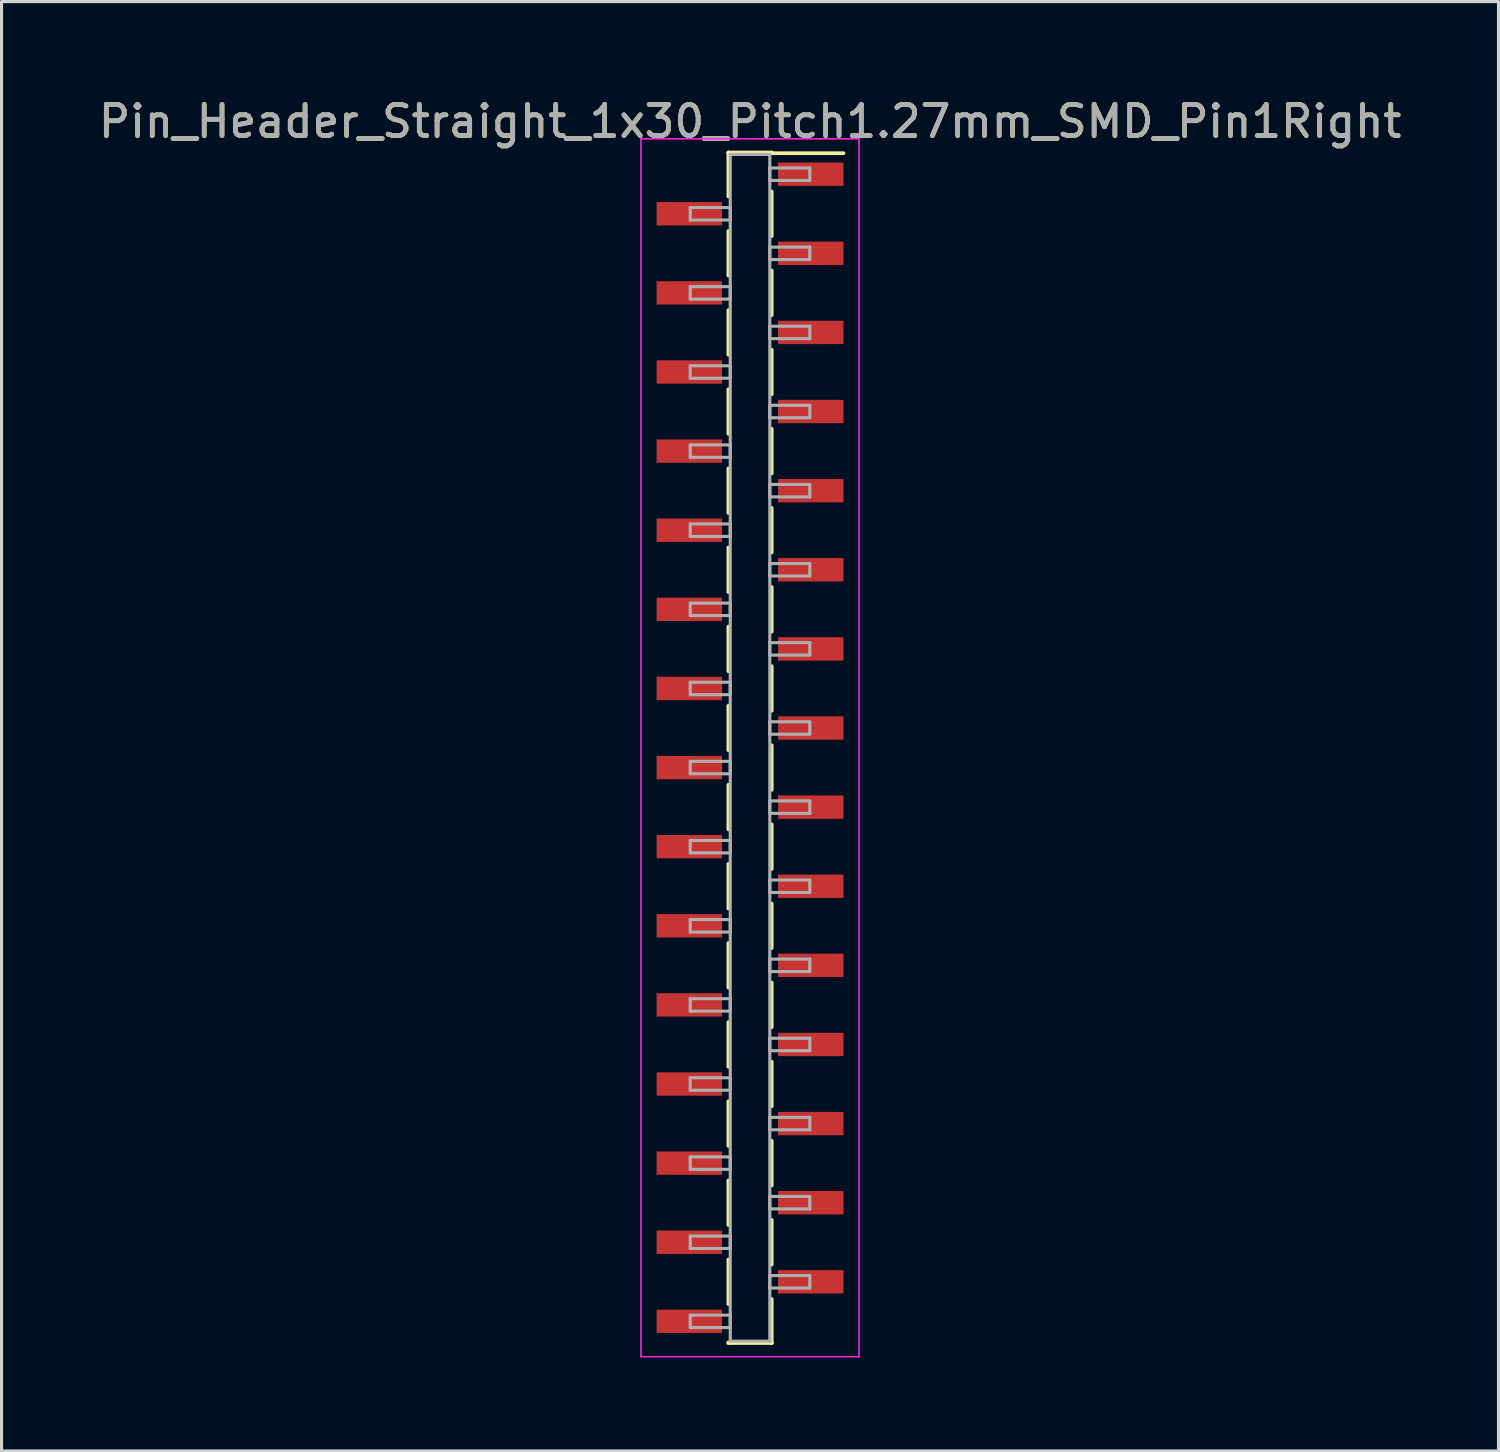
<source format=kicad_pcb>
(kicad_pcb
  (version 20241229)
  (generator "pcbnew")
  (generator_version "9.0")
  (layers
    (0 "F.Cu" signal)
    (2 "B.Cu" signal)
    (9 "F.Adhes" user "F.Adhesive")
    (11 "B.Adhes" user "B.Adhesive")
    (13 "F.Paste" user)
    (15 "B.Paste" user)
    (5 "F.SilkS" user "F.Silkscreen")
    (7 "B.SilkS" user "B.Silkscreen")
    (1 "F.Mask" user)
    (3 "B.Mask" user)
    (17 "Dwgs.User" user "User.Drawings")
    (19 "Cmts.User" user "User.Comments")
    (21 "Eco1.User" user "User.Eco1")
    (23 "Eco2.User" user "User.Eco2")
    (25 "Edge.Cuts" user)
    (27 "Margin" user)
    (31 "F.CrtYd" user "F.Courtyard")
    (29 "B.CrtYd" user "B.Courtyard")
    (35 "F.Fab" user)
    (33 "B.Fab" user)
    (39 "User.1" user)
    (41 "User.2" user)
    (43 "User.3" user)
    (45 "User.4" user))
  (footprint "Pin_Header_Straight_1x30_Pitch1.27mm_SMD_Pin1Right"
    (layer "F.Cu")
    (at 21.03 20.958)
    (property "Reference" "Pin_Header_Straight_1x30_Pitch1.27mm_SMD_Pin1Right" (at 0 -20.11 0) (layer "F.SilkS") (effects (font (size 1 1) (thickness 0.15))))
    (attr smd)
    (fp_line (start -0.695 -19.11) (end -0.695 -17.7) (stroke (width 0.12) (type solid)) (layer "F.SilkS"))
    (fp_line (start -0.695 -19.11) (end 0.695 -19.11) (stroke (width 0.12) (type solid)) (layer "F.SilkS"))
    (fp_line (start -0.695 -19.09) (end -0.695 -19.11) (stroke (width 0.12) (type solid)) (layer "F.SilkS"))
    (fp_line (start -0.695 -16.59) (end -0.695 -15.16) (stroke (width 0.12) (type solid)) (layer "F.SilkS"))
    (fp_line (start -0.695 -14.05) (end -0.695 -12.62) (stroke (width 0.12) (type solid)) (layer "F.SilkS"))
    (fp_line (start -0.695 -11.51) (end -0.695 -10.08) (stroke (width 0.12) (type solid)) (layer "F.SilkS"))
    (fp_line (start -0.695 -8.97) (end -0.695 -7.54) (stroke (width 0.12) (type solid)) (layer "F.SilkS"))
    (fp_line (start -0.695 -6.43) (end -0.695 -5) (stroke (width 0.12) (type solid)) (layer "F.SilkS"))
    (fp_line (start -0.695 -3.89) (end -0.695 -2.46) (stroke (width 0.12) (type solid)) (layer "F.SilkS"))
    (fp_line (start -0.695 -1.35) (end -0.695 0.08) (stroke (width 0.12) (type solid)) (layer "F.SilkS"))
    (fp_line (start -0.695 1.19) (end -0.695 2.62) (stroke (width 0.12) (type solid)) (layer "F.SilkS"))
    (fp_line (start -0.695 3.73) (end -0.695 5.16) (stroke (width 0.12) (type solid)) (layer "F.SilkS"))
    (fp_line (start -0.695 6.27) (end -0.695 7.7) (stroke (width 0.12) (type solid)) (layer "F.SilkS"))
    (fp_line (start -0.695 8.81) (end -0.695 10.24) (stroke (width 0.12) (type solid)) (layer "F.SilkS"))
    (fp_line (start -0.695 11.35) (end -0.695 12.78) (stroke (width 0.12) (type solid)) (layer "F.SilkS"))
    (fp_line (start -0.695 13.89) (end -0.695 15.32) (stroke (width 0.12) (type solid)) (layer "F.SilkS"))
    (fp_line (start -0.695 16.43) (end -0.695 17.86) (stroke (width 0.12) (type solid)) (layer "F.SilkS"))
    (fp_line (start -0.695 19.09) (end -0.695 19.11) (stroke (width 0.12) (type solid)) (layer "F.SilkS"))
    (fp_line (start -0.695 19.11) (end 0.695 19.11) (stroke (width 0.12) (type solid)) (layer "F.SilkS"))
    (fp_line (start 0.695 -19.11) (end 0.695 -19.09) (stroke (width 0.12) (type solid)) (layer "F.SilkS"))
    (fp_line (start 0.695 -19.09) (end 3 -19.09) (stroke (width 0.12) (type solid)) (layer "F.SilkS"))
    (fp_line (start 0.695 -17.86) (end 0.695 -16.43) (stroke (width 0.12) (type solid)) (layer "F.SilkS"))
    (fp_line (start 0.695 -15.32) (end 0.695 -13.89) (stroke (width 0.12) (type solid)) (layer "F.SilkS"))
    (fp_line (start 0.695 -12.78) (end 0.695 -11.35) (stroke (width 0.12) (type solid)) (layer "F.SilkS"))
    (fp_line (start 0.695 -10.24) (end 0.695 -8.81) (stroke (width 0.12) (type solid)) (layer "F.SilkS"))
    (fp_line (start 0.695 -7.7) (end 0.695 -6.27) (stroke (width 0.12) (type solid)) (layer "F.SilkS"))
    (fp_line (start 0.695 -5.16) (end 0.695 -3.73) (stroke (width 0.12) (type solid)) (layer "F.SilkS"))
    (fp_line (start 0.695 -2.62) (end 0.695 -1.19) (stroke (width 0.12) (type solid)) (layer "F.SilkS"))
    (fp_line (start 0.695 -0.08) (end 0.695 1.35) (stroke (width 0.12) (type solid)) (layer "F.SilkS"))
    (fp_line (start 0.695 2.46) (end 0.695 3.89) (stroke (width 0.12) (type solid)) (layer "F.SilkS"))
    (fp_line (start 0.695 5) (end 0.695 6.43) (stroke (width 0.12) (type solid)) (layer "F.SilkS"))
    (fp_line (start 0.695 7.54) (end 0.695 8.97) (stroke (width 0.12) (type solid)) (layer "F.SilkS"))
    (fp_line (start 0.695 10.08) (end 0.695 11.51) (stroke (width 0.12) (type solid)) (layer "F.SilkS"))
    (fp_line (start 0.695 12.62) (end 0.695 14.05) (stroke (width 0.12) (type solid)) (layer "F.SilkS"))
    (fp_line (start 0.695 15.16) (end 0.695 16.59) (stroke (width 0.12) (type solid)) (layer "F.SilkS"))
    (fp_line (start 0.695 17.7) (end 0.695 19.11) (stroke (width 0.12) (type solid)) (layer "F.SilkS"))
    (fp_line (start 0.695 19.11) (end 0.695 19.09) (stroke (width 0.12) (type solid)) (layer "F.SilkS"))
    (fp_line (start -3.5 -19.55) (end -3.5 19.55) (stroke (width 0.05) (type solid)) (layer "F.CrtYd"))
    (fp_line (start -3.5 19.55) (end 3.5 19.55) (stroke (width 0.05) (type solid)) (layer "F.CrtYd"))
    (fp_line (start 3.5 -19.55) (end -3.5 -19.55) (stroke (width 0.05) (type solid)) (layer "F.CrtYd"))
    (fp_line (start 3.5 19.55) (end 3.5 -19.55) (stroke (width 0.05) (type solid)) (layer "F.CrtYd"))
    (fp_line (start -1.92 -17.345) (end -0.635 -17.345) (stroke (width 0.1) (type solid)) (layer "F.Fab"))
    (fp_line (start -1.92 -16.945) (end -1.92 -17.345) (stroke (width 0.1) (type solid)) (layer "F.Fab"))
    (fp_line (start -1.92 -14.805) (end -0.635 -14.805) (stroke (width 0.1) (type solid)) (layer "F.Fab"))
    (fp_line (start -1.92 -14.405) (end -1.92 -14.805) (stroke (width 0.1) (type solid)) (layer "F.Fab"))
    (fp_line (start -1.92 -12.265) (end -0.635 -12.265) (stroke (width 0.1) (type solid)) (layer "F.Fab"))
    (fp_line (start -1.92 -11.865) (end -1.92 -12.265) (stroke (width 0.1) (type solid)) (layer "F.Fab"))
    (fp_line (start -1.92 -9.725) (end -0.635 -9.725) (stroke (width 0.1) (type solid)) (layer "F.Fab"))
    (fp_line (start -1.92 -9.325) (end -1.92 -9.725) (stroke (width 0.1) (type solid)) (layer "F.Fab"))
    (fp_line (start -1.92 -7.185) (end -0.635 -7.185) (stroke (width 0.1) (type solid)) (layer "F.Fab"))
    (fp_line (start -1.92 -6.785) (end -1.92 -7.185) (stroke (width 0.1) (type solid)) (layer "F.Fab"))
    (fp_line (start -1.92 -4.645) (end -0.635 -4.645) (stroke (width 0.1) (type solid)) (layer "F.Fab"))
    (fp_line (start -1.92 -4.245) (end -1.92 -4.645) (stroke (width 0.1) (type solid)) (layer "F.Fab"))
    (fp_line (start -1.92 -2.105) (end -0.635 -2.105) (stroke (width 0.1) (type solid)) (layer "F.Fab"))
    (fp_line (start -1.92 -1.705) (end -1.92 -2.105) (stroke (width 0.1) (type solid)) (layer "F.Fab"))
    (fp_line (start -1.92 0.435) (end -0.635 0.435) (stroke (width 0.1) (type solid)) (layer "F.Fab"))
    (fp_line (start -1.92 0.835) (end -1.92 0.435) (stroke (width 0.1) (type solid)) (layer "F.Fab"))
    (fp_line (start -1.92 2.975) (end -0.635 2.975) (stroke (width 0.1) (type solid)) (layer "F.Fab"))
    (fp_line (start -1.92 3.375) (end -1.92 2.975) (stroke (width 0.1) (type solid)) (layer "F.Fab"))
    (fp_line (start -1.92 5.515) (end -0.635 5.515) (stroke (width 0.1) (type solid)) (layer "F.Fab"))
    (fp_line (start -1.92 5.915) (end -1.92 5.515) (stroke (width 0.1) (type solid)) (layer "F.Fab"))
    (fp_line (start -1.92 8.055) (end -0.635 8.055) (stroke (width 0.1) (type solid)) (layer "F.Fab"))
    (fp_line (start -1.92 8.455) (end -1.92 8.055) (stroke (width 0.1) (type solid)) (layer "F.Fab"))
    (fp_line (start -1.92 10.595) (end -0.635 10.595) (stroke (width 0.1) (type solid)) (layer "F.Fab"))
    (fp_line (start -1.92 10.995) (end -1.92 10.595) (stroke (width 0.1) (type solid)) (layer "F.Fab"))
    (fp_line (start -1.92 13.135) (end -0.635 13.135) (stroke (width 0.1) (type solid)) (layer "F.Fab"))
    (fp_line (start -1.92 13.535) (end -1.92 13.135) (stroke (width 0.1) (type solid)) (layer "F.Fab"))
    (fp_line (start -1.92 15.675) (end -0.635 15.675) (stroke (width 0.1) (type solid)) (layer "F.Fab"))
    (fp_line (start -1.92 16.075) (end -1.92 15.675) (stroke (width 0.1) (type solid)) (layer "F.Fab"))
    (fp_line (start -1.92 18.215) (end -0.635 18.215) (stroke (width 0.1) (type solid)) (layer "F.Fab"))
    (fp_line (start -1.92 18.615) (end -1.92 18.215) (stroke (width 0.1) (type solid)) (layer "F.Fab"))
    (fp_line (start -0.635 -19.05) (end -0.635 19.05) (stroke (width 0.1) (type solid)) (layer "F.Fab"))
    (fp_line (start -0.635 -17.345) (end -0.635 -16.945) (stroke (width 0.1) (type solid)) (layer "F.Fab"))
    (fp_line (start -0.635 -16.945) (end -1.92 -16.945) (stroke (width 0.1) (type solid)) (layer "F.Fab"))
    (fp_line (start -0.635 -14.805) (end -0.635 -14.405) (stroke (width 0.1) (type solid)) (layer "F.Fab"))
    (fp_line (start -0.635 -14.405) (end -1.92 -14.405) (stroke (width 0.1) (type solid)) (layer "F.Fab"))
    (fp_line (start -0.635 -12.265) (end -0.635 -11.865) (stroke (width 0.1) (type solid)) (layer "F.Fab"))
    (fp_line (start -0.635 -11.865) (end -1.92 -11.865) (stroke (width 0.1) (type solid)) (layer "F.Fab"))
    (fp_line (start -0.635 -9.725) (end -0.635 -9.325) (stroke (width 0.1) (type solid)) (layer "F.Fab"))
    (fp_line (start -0.635 -9.325) (end -1.92 -9.325) (stroke (width 0.1) (type solid)) (layer "F.Fab"))
    (fp_line (start -0.635 -7.185) (end -0.635 -6.785) (stroke (width 0.1) (type solid)) (layer "F.Fab"))
    (fp_line (start -0.635 -6.785) (end -1.92 -6.785) (stroke (width 0.1) (type solid)) (layer "F.Fab"))
    (fp_line (start -0.635 -4.645) (end -0.635 -4.245) (stroke (width 0.1) (type solid)) (layer "F.Fab"))
    (fp_line (start -0.635 -4.245) (end -1.92 -4.245) (stroke (width 0.1) (type solid)) (layer "F.Fab"))
    (fp_line (start -0.635 -2.105) (end -0.635 -1.705) (stroke (width 0.1) (type solid)) (layer "F.Fab"))
    (fp_line (start -0.635 -1.705) (end -1.92 -1.705) (stroke (width 0.1) (type solid)) (layer "F.Fab"))
    (fp_line (start -0.635 0.435) (end -0.635 0.835) (stroke (width 0.1) (type solid)) (layer "F.Fab"))
    (fp_line (start -0.635 0.835) (end -1.92 0.835) (stroke (width 0.1) (type solid)) (layer "F.Fab"))
    (fp_line (start -0.635 2.975) (end -0.635 3.375) (stroke (width 0.1) (type solid)) (layer "F.Fab"))
    (fp_line (start -0.635 3.375) (end -1.92 3.375) (stroke (width 0.1) (type solid)) (layer "F.Fab"))
    (fp_line (start -0.635 5.515) (end -0.635 5.915) (stroke (width 0.1) (type solid)) (layer "F.Fab"))
    (fp_line (start -0.635 5.915) (end -1.92 5.915) (stroke (width 0.1) (type solid)) (layer "F.Fab"))
    (fp_line (start -0.635 8.055) (end -0.635 8.455) (stroke (width 0.1) (type solid)) (layer "F.Fab"))
    (fp_line (start -0.635 8.455) (end -1.92 8.455) (stroke (width 0.1) (type solid)) (layer "F.Fab"))
    (fp_line (start -0.635 10.595) (end -0.635 10.995) (stroke (width 0.1) (type solid)) (layer "F.Fab"))
    (fp_line (start -0.635 10.995) (end -1.92 10.995) (stroke (width 0.1) (type solid)) (layer "F.Fab"))
    (fp_line (start -0.635 13.135) (end -0.635 13.535) (stroke (width 0.1) (type solid)) (layer "F.Fab"))
    (fp_line (start -0.635 13.535) (end -1.92 13.535) (stroke (width 0.1) (type solid)) (layer "F.Fab"))
    (fp_line (start -0.635 15.675) (end -0.635 16.075) (stroke (width 0.1) (type solid)) (layer "F.Fab"))
    (fp_line (start -0.635 16.075) (end -1.92 16.075) (stroke (width 0.1) (type solid)) (layer "F.Fab"))
    (fp_line (start -0.635 18.215) (end -0.635 18.615) (stroke (width 0.1) (type solid)) (layer "F.Fab"))
    (fp_line (start -0.635 18.615) (end -1.92 18.615) (stroke (width 0.1) (type solid)) (layer "F.Fab"))
    (fp_line (start -0.635 19.05) (end 0.635 19.05) (stroke (width 0.1) (type solid)) (layer "F.Fab"))
    (fp_line (start 0.635 -19.05) (end -0.635 -19.05) (stroke (width 0.1) (type solid)) (layer "F.Fab"))
    (fp_line (start 0.635 -18.615) (end 0.635 -18.215) (stroke (width 0.1) (type solid)) (layer "F.Fab"))
    (fp_line (start 0.635 -18.215) (end 1.92 -18.215) (stroke (width 0.1) (type solid)) (layer "F.Fab"))
    (fp_line (start 0.635 -16.075) (end 0.635 -15.675) (stroke (width 0.1) (type solid)) (layer "F.Fab"))
    (fp_line (start 0.635 -15.675) (end 1.92 -15.675) (stroke (width 0.1) (type solid)) (layer "F.Fab"))
    (fp_line (start 0.635 -13.535) (end 0.635 -13.135) (stroke (width 0.1) (type solid)) (layer "F.Fab"))
    (fp_line (start 0.635 -13.135) (end 1.92 -13.135) (stroke (width 0.1) (type solid)) (layer "F.Fab"))
    (fp_line (start 0.635 -10.995) (end 0.635 -10.595) (stroke (width 0.1) (type solid)) (layer "F.Fab"))
    (fp_line (start 0.635 -10.595) (end 1.92 -10.595) (stroke (width 0.1) (type solid)) (layer "F.Fab"))
    (fp_line (start 0.635 -8.455) (end 0.635 -8.055) (stroke (width 0.1) (type solid)) (layer "F.Fab"))
    (fp_line (start 0.635 -8.055) (end 1.92 -8.055) (stroke (width 0.1) (type solid)) (layer "F.Fab"))
    (fp_line (start 0.635 -5.915) (end 0.635 -5.515) (stroke (width 0.1) (type solid)) (layer "F.Fab"))
    (fp_line (start 0.635 -5.515) (end 1.92 -5.515) (stroke (width 0.1) (type solid)) (layer "F.Fab"))
    (fp_line (start 0.635 -3.375) (end 0.635 -2.975) (stroke (width 0.1) (type solid)) (layer "F.Fab"))
    (fp_line (start 0.635 -2.975) (end 1.92 -2.975) (stroke (width 0.1) (type solid)) (layer "F.Fab"))
    (fp_line (start 0.635 -0.835) (end 0.635 -0.435) (stroke (width 0.1) (type solid)) (layer "F.Fab"))
    (fp_line (start 0.635 -0.435) (end 1.92 -0.435) (stroke (width 0.1) (type solid)) (layer "F.Fab"))
    (fp_line (start 0.635 1.705) (end 0.635 2.105) (stroke (width 0.1) (type solid)) (layer "F.Fab"))
    (fp_line (start 0.635 2.105) (end 1.92 2.105) (stroke (width 0.1) (type solid)) (layer "F.Fab"))
    (fp_line (start 0.635 4.245) (end 0.635 4.645) (stroke (width 0.1) (type solid)) (layer "F.Fab"))
    (fp_line (start 0.635 4.645) (end 1.92 4.645) (stroke (width 0.1) (type solid)) (layer "F.Fab"))
    (fp_line (start 0.635 6.785) (end 0.635 7.185) (stroke (width 0.1) (type solid)) (layer "F.Fab"))
    (fp_line (start 0.635 7.185) (end 1.92 7.185) (stroke (width 0.1) (type solid)) (layer "F.Fab"))
    (fp_line (start 0.635 9.325) (end 0.635 9.725) (stroke (width 0.1) (type solid)) (layer "F.Fab"))
    (fp_line (start 0.635 9.725) (end 1.92 9.725) (stroke (width 0.1) (type solid)) (layer "F.Fab"))
    (fp_line (start 0.635 11.865) (end 0.635 12.265) (stroke (width 0.1) (type solid)) (layer "F.Fab"))
    (fp_line (start 0.635 12.265) (end 1.92 12.265) (stroke (width 0.1) (type solid)) (layer "F.Fab"))
    (fp_line (start 0.635 14.405) (end 0.635 14.805) (stroke (width 0.1) (type solid)) (layer "F.Fab"))
    (fp_line (start 0.635 14.805) (end 1.92 14.805) (stroke (width 0.1) (type solid)) (layer "F.Fab"))
    (fp_line (start 0.635 16.945) (end 0.635 17.345) (stroke (width 0.1) (type solid)) (layer "F.Fab"))
    (fp_line (start 0.635 17.345) (end 1.92 17.345) (stroke (width 0.1) (type solid)) (layer "F.Fab"))
    (fp_line (start 0.635 19.05) (end 0.635 -19.05) (stroke (width 0.1) (type solid)) (layer "F.Fab"))
    (fp_line (start 1.92 -18.615) (end 0.635 -18.615) (stroke (width 0.1) (type solid)) (layer "F.Fab"))
    (fp_line (start 1.92 -18.215) (end 1.92 -18.615) (stroke (width 0.1) (type solid)) (layer "F.Fab"))
    (fp_line (start 1.92 -16.075) (end 0.635 -16.075) (stroke (width 0.1) (type solid)) (layer "F.Fab"))
    (fp_line (start 1.92 -15.675) (end 1.92 -16.075) (stroke (width 0.1) (type solid)) (layer "F.Fab"))
    (fp_line (start 1.92 -13.535) (end 0.635 -13.535) (stroke (width 0.1) (type solid)) (layer "F.Fab"))
    (fp_line (start 1.92 -13.135) (end 1.92 -13.535) (stroke (width 0.1) (type solid)) (layer "F.Fab"))
    (fp_line (start 1.92 -10.995) (end 0.635 -10.995) (stroke (width 0.1) (type solid)) (layer "F.Fab"))
    (fp_line (start 1.92 -10.595) (end 1.92 -10.995) (stroke (width 0.1) (type solid)) (layer "F.Fab"))
    (fp_line (start 1.92 -8.455) (end 0.635 -8.455) (stroke (width 0.1) (type solid)) (layer "F.Fab"))
    (fp_line (start 1.92 -8.055) (end 1.92 -8.455) (stroke (width 0.1) (type solid)) (layer "F.Fab"))
    (fp_line (start 1.92 -5.915) (end 0.635 -5.915) (stroke (width 0.1) (type solid)) (layer "F.Fab"))
    (fp_line (start 1.92 -5.515) (end 1.92 -5.915) (stroke (width 0.1) (type solid)) (layer "F.Fab"))
    (fp_line (start 1.92 -3.375) (end 0.635 -3.375) (stroke (width 0.1) (type solid)) (layer "F.Fab"))
    (fp_line (start 1.92 -2.975) (end 1.92 -3.375) (stroke (width 0.1) (type solid)) (layer "F.Fab"))
    (fp_line (start 1.92 -0.835) (end 0.635 -0.835) (stroke (width 0.1) (type solid)) (layer "F.Fab"))
    (fp_line (start 1.92 -0.435) (end 1.92 -0.835) (stroke (width 0.1) (type solid)) (layer "F.Fab"))
    (fp_line (start 1.92 1.705) (end 0.635 1.705) (stroke (width 0.1) (type solid)) (layer "F.Fab"))
    (fp_line (start 1.92 2.105) (end 1.92 1.705) (stroke (width 0.1) (type solid)) (layer "F.Fab"))
    (fp_line (start 1.92 4.245) (end 0.635 4.245) (stroke (width 0.1) (type solid)) (layer "F.Fab"))
    (fp_line (start 1.92 4.645) (end 1.92 4.245) (stroke (width 0.1) (type solid)) (layer "F.Fab"))
    (fp_line (start 1.92 6.785) (end 0.635 6.785) (stroke (width 0.1) (type solid)) (layer "F.Fab"))
    (fp_line (start 1.92 7.185) (end 1.92 6.785) (stroke (width 0.1) (type solid)) (layer "F.Fab"))
    (fp_line (start 1.92 9.325) (end 0.635 9.325) (stroke (width 0.1) (type solid)) (layer "F.Fab"))
    (fp_line (start 1.92 9.725) (end 1.92 9.325) (stroke (width 0.1) (type solid)) (layer "F.Fab"))
    (fp_line (start 1.92 11.865) (end 0.635 11.865) (stroke (width 0.1) (type solid)) (layer "F.Fab"))
    (fp_line (start 1.92 12.265) (end 1.92 11.865) (stroke (width 0.1) (type solid)) (layer "F.Fab"))
    (fp_line (start 1.92 14.405) (end 0.635 14.405) (stroke (width 0.1) (type solid)) (layer "F.Fab"))
    (fp_line (start 1.92 14.805) (end 1.92 14.405) (stroke (width 0.1) (type solid)) (layer "F.Fab"))
    (fp_line (start 1.92 16.945) (end 0.635 16.945) (stroke (width 0.1) (type solid)) (layer "F.Fab"))
    (fp_line (start 1.92 17.345) (end 1.92 16.945) (stroke (width 0.1) (type solid)) (layer "F.Fab"))
    (fp_text user "${REFERENCE}" (at 0 -20.11 0) (layer "F.Fab") (effects (font (size 1 1) (thickness 0.15))))
    (pad "1" smd rect (at 1.95 -18.415) (size 2.1 0.75) (layers "F.Cu" "F.Mask" "F.Paste"))
    (pad "2" smd rect (at -1.95 -17.145) (size 2.1 0.75) (layers "F.Cu" "F.Mask" "F.Paste"))
    (pad "3" smd rect (at 1.95 -15.875) (size 2.1 0.75) (layers "F.Cu" "F.Mask" "F.Paste"))
    (pad "4" smd rect (at -1.95 -14.605) (size 2.1 0.75) (layers "F.Cu" "F.Mask" "F.Paste"))
    (pad "5" smd rect (at 1.95 -13.335) (size 2.1 0.75) (layers "F.Cu" "F.Mask" "F.Paste"))
    (pad "6" smd rect (at -1.95 -12.065) (size 2.1 0.75) (layers "F.Cu" "F.Mask" "F.Paste"))
    (pad "7" smd rect (at 1.95 -10.795) (size 2.1 0.75) (layers "F.Cu" "F.Mask" "F.Paste"))
    (pad "8" smd rect (at -1.95 -9.525) (size 2.1 0.75) (layers "F.Cu" "F.Mask" "F.Paste"))
    (pad "9" smd rect (at 1.95 -8.255) (size 2.1 0.75) (layers "F.Cu" "F.Mask" "F.Paste"))
    (pad "10" smd rect (at -1.95 -6.985) (size 2.1 0.75) (layers "F.Cu" "F.Mask" "F.Paste"))
    (pad "11" smd rect (at 1.95 -5.715) (size 2.1 0.75) (layers "F.Cu" "F.Mask" "F.Paste"))
    (pad "12" smd rect (at -1.95 -4.445) (size 2.1 0.75) (layers "F.Cu" "F.Mask" "F.Paste"))
    (pad "13" smd rect (at 1.95 -3.175) (size 2.1 0.75) (layers "F.Cu" "F.Mask" "F.Paste"))
    (pad "14" smd rect (at -1.95 -1.905) (size 2.1 0.75) (layers "F.Cu" "F.Mask" "F.Paste"))
    (pad "15" smd rect (at 1.95 -0.635) (size 2.1 0.75) (layers "F.Cu" "F.Mask" "F.Paste"))
    (pad "16" smd rect (at -1.95 0.635) (size 2.1 0.75) (layers "F.Cu" "F.Mask" "F.Paste"))
    (pad "17" smd rect (at 1.95 1.905) (size 2.1 0.75) (layers "F.Cu" "F.Mask" "F.Paste"))
    (pad "18" smd rect (at -1.95 3.175) (size 2.1 0.75) (layers "F.Cu" "F.Mask" "F.Paste"))
    (pad "19" smd rect (at 1.95 4.445) (size 2.1 0.75) (layers "F.Cu" "F.Mask" "F.Paste"))
    (pad "20" smd rect (at -1.95 5.715) (size 2.1 0.75) (layers "F.Cu" "F.Mask" "F.Paste"))
    (pad "21" smd rect (at 1.95 6.985) (size 2.1 0.75) (layers "F.Cu" "F.Mask" "F.Paste"))
    (pad "22" smd rect (at -1.95 8.255) (size 2.1 0.75) (layers "F.Cu" "F.Mask" "F.Paste"))
    (pad "23" smd rect (at 1.95 9.525) (size 2.1 0.75) (layers "F.Cu" "F.Mask" "F.Paste"))
    (pad "24" smd rect (at -1.95 10.795) (size 2.1 0.75) (layers "F.Cu" "F.Mask" "F.Paste"))
    (pad "25" smd rect (at 1.95 12.065) (size 2.1 0.75) (layers "F.Cu" "F.Mask" "F.Paste"))
    (pad "26" smd rect (at -1.95 13.335) (size 2.1 0.75) (layers "F.Cu" "F.Mask" "F.Paste"))
    (pad "27" smd rect (at 1.95 14.605) (size 2.1 0.75) (layers "F.Cu" "F.Mask" "F.Paste"))
    (pad "28" smd rect (at -1.95 15.875) (size 2.1 0.75) (layers "F.Cu" "F.Mask" "F.Paste"))
    (pad "29" smd rect (at 1.95 17.145) (size 2.1 0.75) (layers "F.Cu" "F.Mask" "F.Paste"))
    (pad "30" smd rect (at -1.95 18.415) (size 2.1 0.75) (layers "F.Cu" "F.Mask" "F.Paste")))
  (gr_rect
    (start -3 -3)
    (end 45.06 43.533)
    (stroke (width 0.1) (type default))
    (fill no)
    (layer "Edge.Cuts")))
</source>
